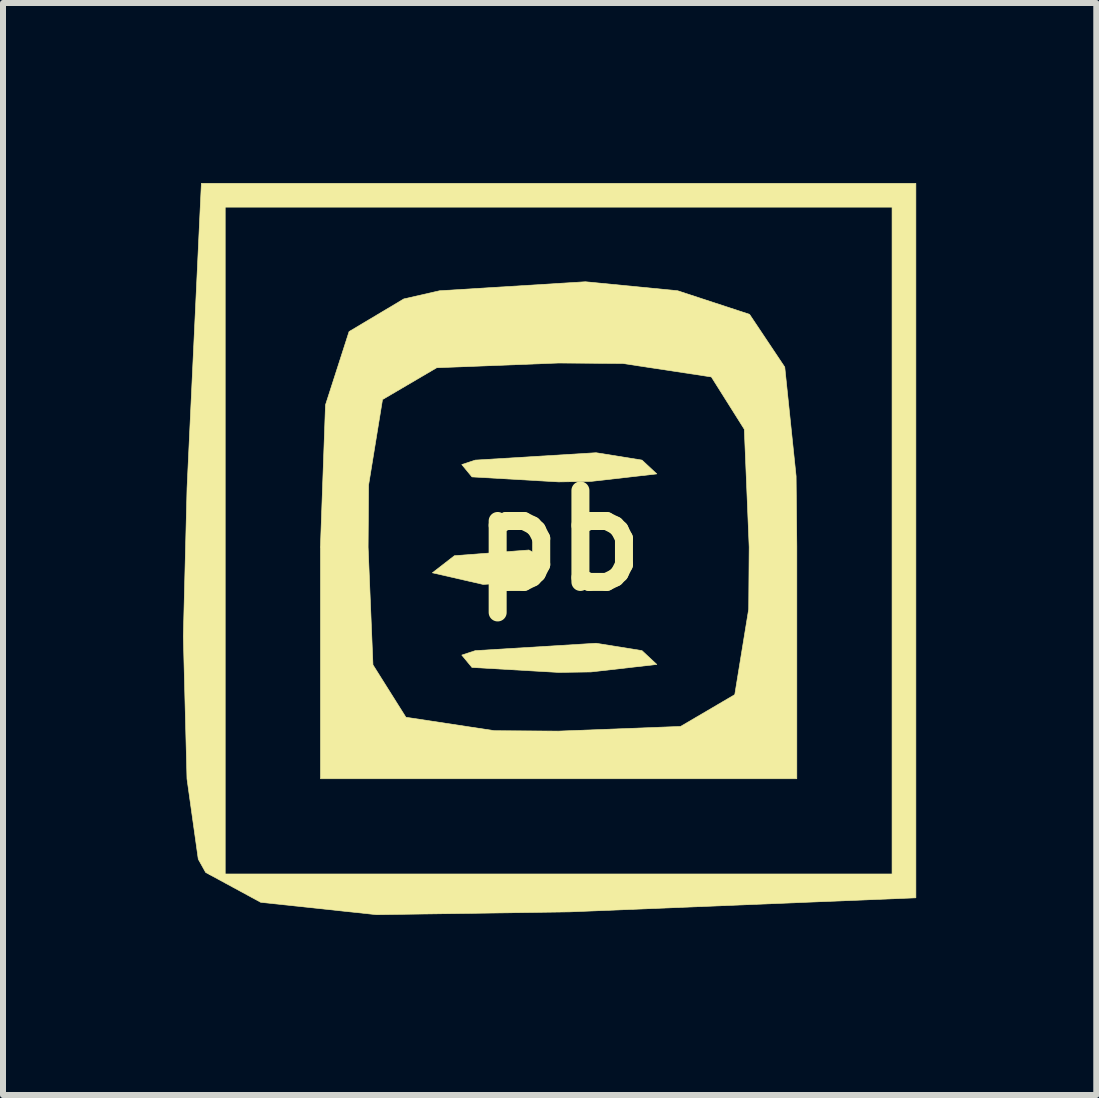
<source format=kicad_pcb>
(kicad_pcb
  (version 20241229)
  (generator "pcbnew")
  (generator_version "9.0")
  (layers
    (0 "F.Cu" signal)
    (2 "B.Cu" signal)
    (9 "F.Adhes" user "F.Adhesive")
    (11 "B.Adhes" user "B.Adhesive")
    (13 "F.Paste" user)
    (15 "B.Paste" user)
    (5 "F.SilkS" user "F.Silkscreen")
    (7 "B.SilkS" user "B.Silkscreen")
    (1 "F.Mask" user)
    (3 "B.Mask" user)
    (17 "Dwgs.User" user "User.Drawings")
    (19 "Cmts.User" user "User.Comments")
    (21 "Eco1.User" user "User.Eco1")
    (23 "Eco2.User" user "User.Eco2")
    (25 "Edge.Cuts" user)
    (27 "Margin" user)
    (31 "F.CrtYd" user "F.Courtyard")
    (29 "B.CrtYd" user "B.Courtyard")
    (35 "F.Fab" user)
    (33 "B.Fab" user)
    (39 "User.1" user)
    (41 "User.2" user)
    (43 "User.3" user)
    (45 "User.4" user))
  (footprint "pb"
    (layer "F.Cu")
    (at 6.259 5.958)
    (property "Reference" "pb" (at 0 0 0) (layer "F.SilkS") (effects (font (size 1.524 1.524) (thickness 0.3))))
    (attr through_hole)
    (fp_poly (pts (xy -0.215 0.314) (xy -0.452 0.675) (xy -1.257 0.731) (xy -2.104 0.537) (xy -1.736 0.252) (xy -0.496 0.157) (xy -0.215 0.314)) (stroke (width 0.01) (type solid)) (fill yes) (layer "F.SilkS"))
    (fp_poly (pts (xy 1.389 -1.341) (xy 1.636 -1.111) (xy 0.539 -0.986) (xy 0 -0.978) (xy -1.444 -1.061) (xy -1.614 -1.267) (xy -1.389 -1.341) (xy 0.624 -1.464) (xy 1.389 -1.341)) (stroke (width 0.01) (type solid)) (fill yes) (layer "F.SilkS"))
    (fp_poly (pts (xy 1.389 1.834) (xy 1.636 2.064) (xy 0.539 2.189) (xy 0 2.197) (xy -1.444 2.114) (xy -1.614 1.908) (xy -1.389 1.834) (xy 0.624 1.711) (xy 1.389 1.834)) (stroke (width 0.01) (type solid)) (fill yes) (layer "F.SilkS"))
    (fp_poly (pts (xy 5.953 5.953) (xy 0.187 6.187) (xy -3.034 6.234) (xy -4.964 6.028) (xy -5.882 5.53) (xy -6.005 5.309) (xy -6.193 3.97) (xy -6.254 1.598) (xy -6.192 -0.877) (xy -5.972 -5.556) (xy -5.556 -5.556) (xy -5.556 5.556) (xy 5.556 5.556) (xy 5.556 -5.556) (xy -5.556 -5.556) (xy -5.972 -5.556) (xy -5.953 -5.953) (xy 5.953 -5.953) (xy 5.953 5.953)) (stroke (width 0.01) (type solid)) (fill yes) (layer "F.SilkS"))
    (fp_poly (pts (xy 1.984 -4.163) (xy 3.181 -3.77) (xy 3.768 -2.891) (xy 3.957 -1.073) (xy 3.969 0.093) (xy 3.969 3.969) (xy -3.969 3.969) (xy -3.969 0.108) (xy -3.175 0.108) (xy -3.094 2.071) (xy -2.545 2.944) (xy -1.07 3.168) (xy 0 3.175) (xy 2.032 3.097) (xy 2.935 2.567) (xy 3.167 1.142) (xy 3.175 0.108) (xy 3.094 -1.855) (xy 2.545 -2.727) (xy 1.07 -2.951) (xy 0 -2.959) (xy -2.032 -2.88) (xy -2.935 -2.35) (xy -3.167 -0.926) (xy -3.175 0.108) (xy -3.969 0.108) (xy -3.969 0.093) (xy -3.885 -2.261) (xy -3.492 -3.483) (xy -2.58 -4.027) (xy -1.984 -4.163) (xy 0.447 -4.313) (xy 1.984 -4.163)) (stroke (width 0.01) (type solid)) (fill yes) (layer "F.SilkS")))
  (gr_rect
    (start -3 -3)
    (end 15.218 15.197)
    (stroke (width 0.1) (type default))
    (fill no)
    (layer "Edge.Cuts")))
</source>
